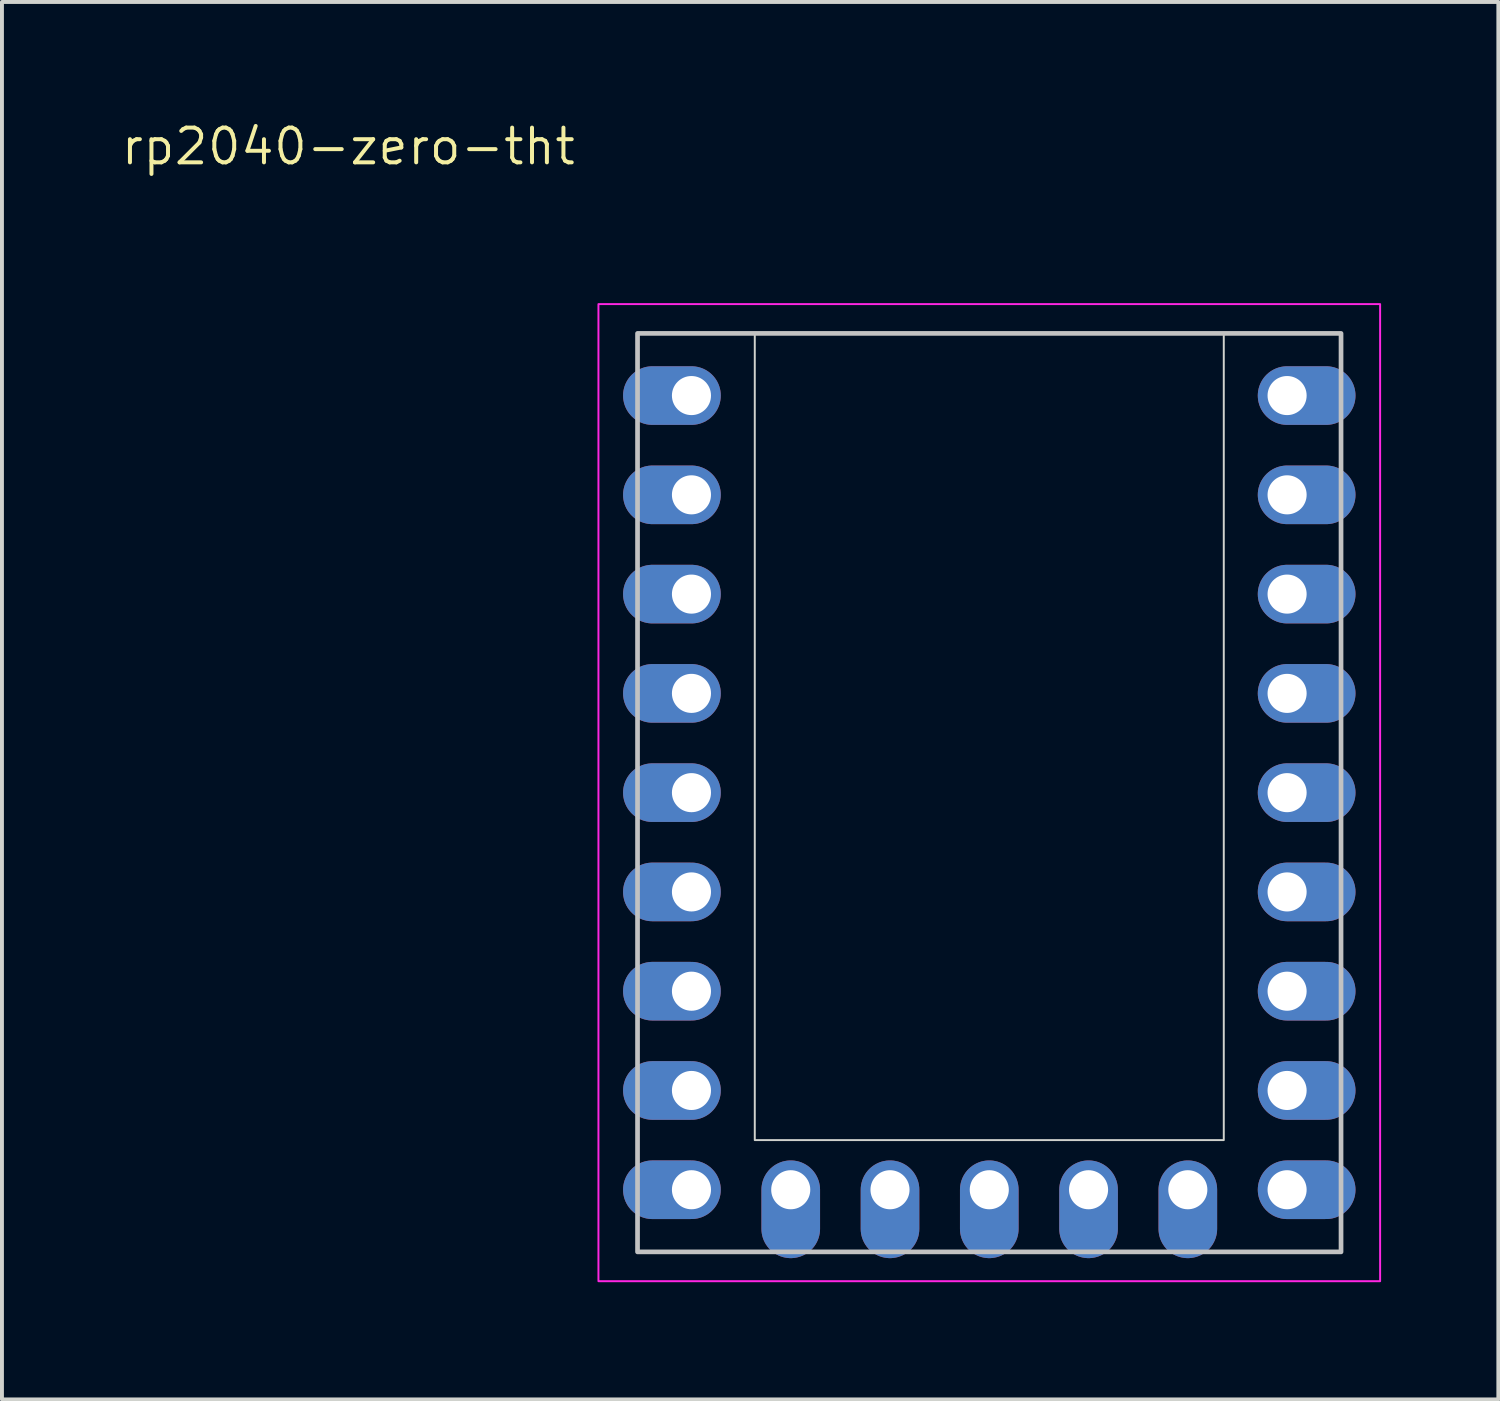
<source format=kicad_pcb>
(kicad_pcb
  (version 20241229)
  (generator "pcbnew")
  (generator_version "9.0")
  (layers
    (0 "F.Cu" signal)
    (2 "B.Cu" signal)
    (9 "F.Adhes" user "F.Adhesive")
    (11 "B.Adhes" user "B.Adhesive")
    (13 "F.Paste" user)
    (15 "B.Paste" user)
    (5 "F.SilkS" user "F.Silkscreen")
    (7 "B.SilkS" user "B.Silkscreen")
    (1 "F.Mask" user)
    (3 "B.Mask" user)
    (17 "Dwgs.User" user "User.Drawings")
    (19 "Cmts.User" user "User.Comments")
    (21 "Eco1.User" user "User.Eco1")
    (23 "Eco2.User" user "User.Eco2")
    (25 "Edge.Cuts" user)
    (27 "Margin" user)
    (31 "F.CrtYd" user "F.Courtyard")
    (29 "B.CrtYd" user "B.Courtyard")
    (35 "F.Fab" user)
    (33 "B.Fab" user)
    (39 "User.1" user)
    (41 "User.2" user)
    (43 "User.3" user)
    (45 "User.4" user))
  (footprint "rp2040-zero-tht"
    (layer "F.Cu")
    (at 22.262 17.231)
    (property "Reference" "rp2040-zero-tht" (at -16.399 -16.533 0) (layer "F.SilkS") (effects (font (size 0.889 0.889) (thickness 0.102))))
    (attr through_hole exclude_from_pos_files)
    (fp_rect (start -9 -11.75) (end 9 11.75) (stroke (width 0.12) (type solid)) (fill no) (layer "Dwgs.User"))
    (fp_rect (start -6 -11.75) (end 6 8.89) (stroke (width 0.05) (type default)) (fill no) (layer "Edge.Cuts"))
    (fp_rect (start -10 -12.5) (end 10 12.5) (stroke (width 0.05) (type default)) (fill no) (layer "F.CrtYd"))
    (pad "1" thru_hole oval (at 7.62 -10.16 180) (size 2.5 1.5) (drill 1 (offset -0.5 0)) (layers "*.Cu" "*.Mask"))
    (pad "2" thru_hole oval (at 7.62 -7.62 180) (size 2.5 1.5) (drill 1 (offset -0.5 0)) (layers "*.Cu" "*.Mask"))
    (pad "3" thru_hole oval (at 7.62 -5.08 180) (size 2.5 1.5) (drill 1 (offset -0.5 0)) (layers "*.Cu" "*.Mask"))
    (pad "4" thru_hole oval (at 7.62 -2.54 180) (size 2.5 1.5) (drill 1 (offset -0.5 0)) (layers "*.Cu" "*.Mask"))
    (pad "5" thru_hole oval (at 7.62 0 180) (size 2.5 1.5) (drill 1 (offset -0.5 0)) (layers "*.Cu" "*.Mask"))
    (pad "6" thru_hole oval (at 7.62 2.54 180) (size 2.5 1.5) (drill 1 (offset -0.5 0)) (layers "*.Cu" "*.Mask"))
    (pad "7" thru_hole oval (at 7.62 5.08 180) (size 2.5 1.5) (drill 1 (offset -0.5 0)) (layers "*.Cu" "*.Mask"))
    (pad "8" thru_hole oval (at 7.62 7.62 180) (size 2.5 1.5) (drill 1 (offset -0.5 0)) (layers "*.Cu" "*.Mask"))
    (pad "9" thru_hole oval (at 7.62 10.16 180) (size 2.5 1.5) (drill 1 (offset -0.5 0)) (layers "*.Cu" "*.Mask"))
    (pad "10" thru_hole oval (at 5.08 10.16 90) (size 2.5 1.5) (drill 1 (offset -0.5 0)) (layers "*.Cu" "*.Mask"))
    (pad "11" thru_hole oval (at 2.54 10.16 90) (size 2.5 1.5) (drill 1 (offset -0.5 0)) (layers "*.Cu" "*.Mask"))
    (pad "12" thru_hole oval (at 0 10.16 90) (size 2.5 1.5) (drill 1 (offset -0.5 0)) (layers "*.Cu" "*.Mask"))
    (pad "13" thru_hole oval (at -2.54 10.16 90) (size 2.5 1.5) (drill 1 (offset -0.5 0)) (layers "*.Cu" "*.Mask"))
    (pad "14" thru_hole oval (at -5.08 10.16 90) (size 2.5 1.5) (drill 1 (offset -0.5 0)) (layers "*.Cu" "*.Mask"))
    (pad "15" thru_hole oval (at -7.62 10.16) (size 2.5 1.5) (drill 1 (offset -0.5 0)) (layers "*.Cu" "*.Mask"))
    (pad "16" thru_hole oval (at -7.62 7.62) (size 2.5 1.5) (drill 1 (offset -0.5 0)) (layers "*.Cu" "*.Mask"))
    (pad "17" thru_hole oval (at -7.62 5.08) (size 2.5 1.5) (drill 1 (offset -0.5 0)) (layers "*.Cu" "*.Mask"))
    (pad "18" thru_hole oval (at -7.62 2.54) (size 2.5 1.5) (drill 1 (offset -0.5 0)) (layers "*.Cu" "*.Mask"))
    (pad "19" thru_hole oval (at -7.62 0) (size 2.5 1.5) (drill 1 (offset -0.5 0)) (layers "*.Cu" "*.Mask"))
    (pad "20" thru_hole oval (at -7.62 -2.54) (size 2.5 1.5) (drill 1 (offset -0.5 0)) (layers "*.Cu" "*.Mask"))
    (pad "21" thru_hole oval (at -7.62 -5.08) (size 2.5 1.5) (drill 1 (offset -0.5 0)) (layers "*.Cu" "*.Mask"))
    (pad "22" thru_hole oval (at -7.62 -7.62) (size 2.5 1.5) (drill 1 (offset -0.5 0)) (layers "*.Cu" "*.Mask"))
    (pad "23" thru_hole oval (at -7.62 -10.16) (size 2.5 1.5) (drill 1 (offset -0.5 0)) (layers "*.Cu" "*.Mask")))
  (gr_rect
    (start -3 -3)
    (end 35.287 32.756)
    (stroke (width 0.1) (type default))
    (fill no)
    (layer "Edge.Cuts")))
</source>
